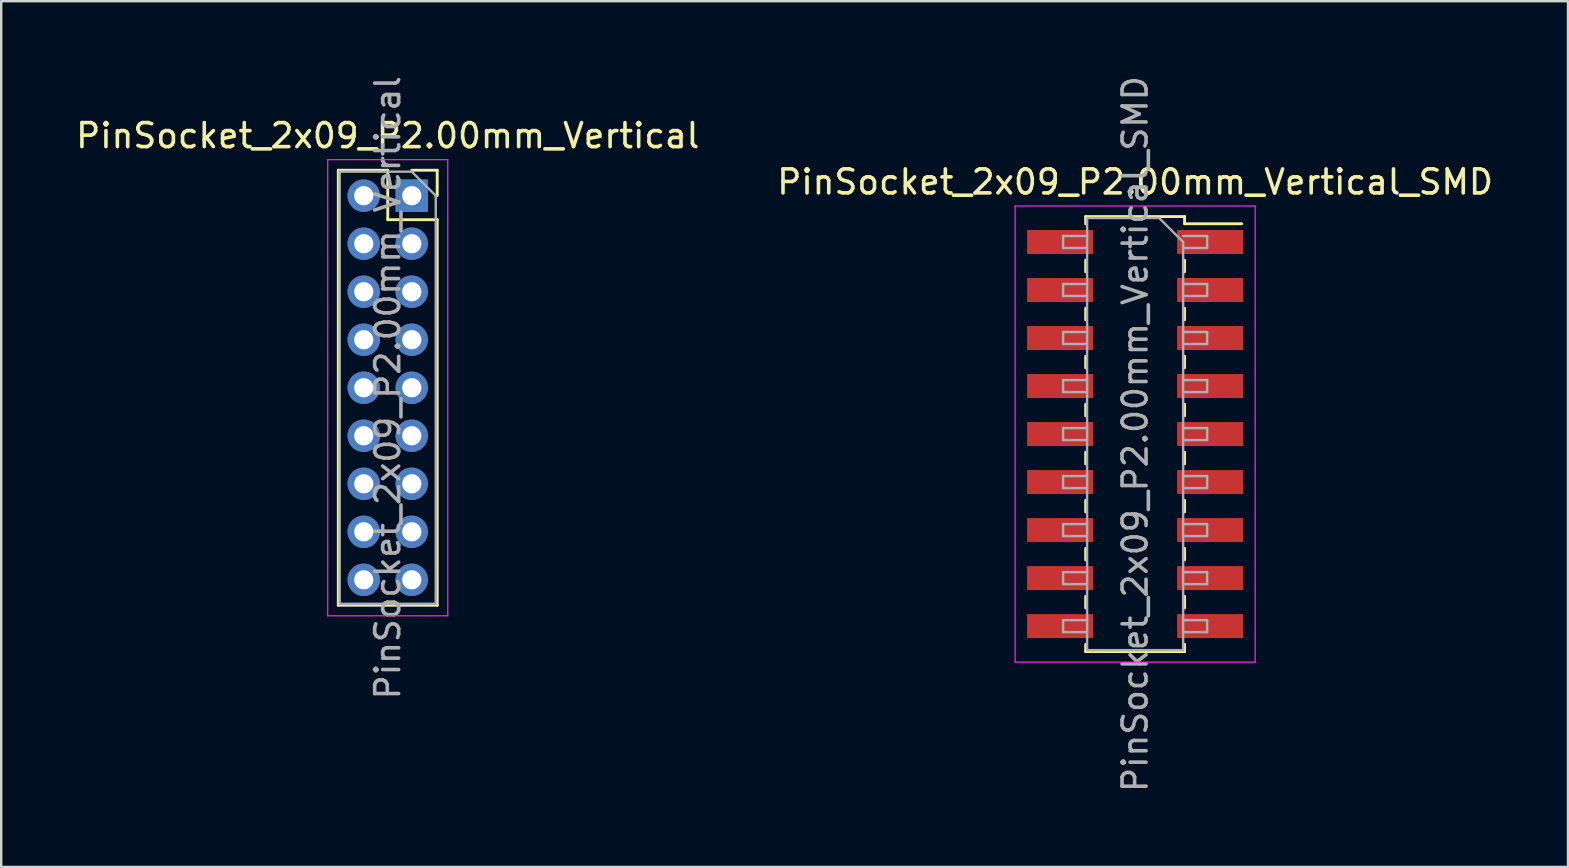
<source format=kicad_pcb>
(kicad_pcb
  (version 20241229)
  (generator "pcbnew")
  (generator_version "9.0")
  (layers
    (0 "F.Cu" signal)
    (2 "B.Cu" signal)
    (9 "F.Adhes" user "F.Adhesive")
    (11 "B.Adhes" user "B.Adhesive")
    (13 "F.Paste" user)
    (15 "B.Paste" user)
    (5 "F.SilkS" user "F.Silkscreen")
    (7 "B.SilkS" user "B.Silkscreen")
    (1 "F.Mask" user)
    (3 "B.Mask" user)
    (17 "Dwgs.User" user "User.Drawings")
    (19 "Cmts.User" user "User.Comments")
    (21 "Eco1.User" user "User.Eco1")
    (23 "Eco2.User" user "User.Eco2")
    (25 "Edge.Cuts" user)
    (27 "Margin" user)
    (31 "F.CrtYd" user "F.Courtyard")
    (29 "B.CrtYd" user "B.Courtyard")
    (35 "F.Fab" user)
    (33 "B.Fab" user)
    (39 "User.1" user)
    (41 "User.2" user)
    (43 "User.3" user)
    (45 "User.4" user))
  (footprint "PinSocket_2x09_P2.00mm_Vertical_SMD"
    (layer "F.Cu")
    (at 44.232 15.03)
    (property "Reference" "PinSocket_2x09_P2.00mm_Vertical_SMD" (at 0 -10.5 0) (layer "F.SilkS") (effects (font (size 1 1) (thickness 0.15))))
    (attr smd)
    (fp_line (start -2.06 -9.06) (end -2.06 -8.76) (stroke (width 0.12) (type solid)) (layer "F.SilkS"))
    (fp_line (start -2.06 -9.06) (end 2.06 -9.06) (stroke (width 0.12) (type solid)) (layer "F.SilkS"))
    (fp_line (start -2.06 -7.24) (end -2.06 -6.76) (stroke (width 0.12) (type solid)) (layer "F.SilkS"))
    (fp_line (start -2.06 -5.24) (end -2.06 -4.76) (stroke (width 0.12) (type solid)) (layer "F.SilkS"))
    (fp_line (start -2.06 -3.24) (end -2.06 -2.76) (stroke (width 0.12) (type solid)) (layer "F.SilkS"))
    (fp_line (start -2.06 -1.24) (end -2.06 -0.76) (stroke (width 0.12) (type solid)) (layer "F.SilkS"))
    (fp_line (start -2.06 0.76) (end -2.06 1.24) (stroke (width 0.12) (type solid)) (layer "F.SilkS"))
    (fp_line (start -2.06 2.76) (end -2.06 3.24) (stroke (width 0.12) (type solid)) (layer "F.SilkS"))
    (fp_line (start -2.06 4.76) (end -2.06 5.24) (stroke (width 0.12) (type solid)) (layer "F.SilkS"))
    (fp_line (start -2.06 6.76) (end -2.06 7.24) (stroke (width 0.12) (type solid)) (layer "F.SilkS"))
    (fp_line (start -2.06 8.76) (end -2.06 9.06) (stroke (width 0.12) (type solid)) (layer "F.SilkS"))
    (fp_line (start -2.06 9.06) (end 2.06 9.06) (stroke (width 0.12) (type solid)) (layer "F.SilkS"))
    (fp_line (start 2.06 -9.06) (end 2.06 -8.76) (stroke (width 0.12) (type solid)) (layer "F.SilkS"))
    (fp_line (start 2.06 -8.76) (end 4.44 -8.76) (stroke (width 0.12) (type solid)) (layer "F.SilkS"))
    (fp_line (start 2.06 -7.24) (end 2.06 -6.76) (stroke (width 0.12) (type solid)) (layer "F.SilkS"))
    (fp_line (start 2.06 -5.24) (end 2.06 -4.76) (stroke (width 0.12) (type solid)) (layer "F.SilkS"))
    (fp_line (start 2.06 -3.24) (end 2.06 -2.76) (stroke (width 0.12) (type solid)) (layer "F.SilkS"))
    (fp_line (start 2.06 -1.24) (end 2.06 -0.76) (stroke (width 0.12) (type solid)) (layer "F.SilkS"))
    (fp_line (start 2.06 0.76) (end 2.06 1.24) (stroke (width 0.12) (type solid)) (layer "F.SilkS"))
    (fp_line (start 2.06 2.76) (end 2.06 3.24) (stroke (width 0.12) (type solid)) (layer "F.SilkS"))
    (fp_line (start 2.06 4.76) (end 2.06 5.24) (stroke (width 0.12) (type solid)) (layer "F.SilkS"))
    (fp_line (start 2.06 6.76) (end 2.06 7.24) (stroke (width 0.12) (type solid)) (layer "F.SilkS"))
    (fp_line (start 2.06 8.76) (end 2.06 9.06) (stroke (width 0.12) (type solid)) (layer "F.SilkS"))
    (fp_line (start -5 -9.5) (end 5 -9.5) (stroke (width 0.05) (type solid)) (layer "F.CrtYd"))
    (fp_line (start -5 9.5) (end -5 -9.5) (stroke (width 0.05) (type solid)) (layer "F.CrtYd"))
    (fp_line (start 5 -9.5) (end 5 9.5) (stroke (width 0.05) (type solid)) (layer "F.CrtYd"))
    (fp_line (start 5 9.5) (end -5 9.5) (stroke (width 0.05) (type solid)) (layer "F.CrtYd"))
    (fp_line (start -3 -8.25) (end -2 -8.25) (stroke (width 0.1) (type solid)) (layer "F.Fab"))
    (fp_line (start -3 -7.75) (end -3 -8.25) (stroke (width 0.1) (type solid)) (layer "F.Fab"))
    (fp_line (start -3 -6.25) (end -2 -6.25) (stroke (width 0.1) (type solid)) (layer "F.Fab"))
    (fp_line (start -3 -5.75) (end -3 -6.25) (stroke (width 0.1) (type solid)) (layer "F.Fab"))
    (fp_line (start -3 -4.25) (end -2 -4.25) (stroke (width 0.1) (type solid)) (layer "F.Fab"))
    (fp_line (start -3 -3.75) (end -3 -4.25) (stroke (width 0.1) (type solid)) (layer "F.Fab"))
    (fp_line (start -3 -2.25) (end -2 -2.25) (stroke (width 0.1) (type solid)) (layer "F.Fab"))
    (fp_line (start -3 -1.75) (end -3 -2.25) (stroke (width 0.1) (type solid)) (layer "F.Fab"))
    (fp_line (start -3 -0.25) (end -2 -0.25) (stroke (width 0.1) (type solid)) (layer "F.Fab"))
    (fp_line (start -3 0.25) (end -3 -0.25) (stroke (width 0.1) (type solid)) (layer "F.Fab"))
    (fp_line (start -3 1.75) (end -2 1.75) (stroke (width 0.1) (type solid)) (layer "F.Fab"))
    (fp_line (start -3 2.25) (end -3 1.75) (stroke (width 0.1) (type solid)) (layer "F.Fab"))
    (fp_line (start -3 3.75) (end -2 3.75) (stroke (width 0.1) (type solid)) (layer "F.Fab"))
    (fp_line (start -3 4.25) (end -3 3.75) (stroke (width 0.1) (type solid)) (layer "F.Fab"))
    (fp_line (start -3 5.75) (end -2 5.75) (stroke (width 0.1) (type solid)) (layer "F.Fab"))
    (fp_line (start -3 6.25) (end -3 5.75) (stroke (width 0.1) (type solid)) (layer "F.Fab"))
    (fp_line (start -3 7.75) (end -2 7.75) (stroke (width 0.1) (type solid)) (layer "F.Fab"))
    (fp_line (start -3 8.25) (end -3 7.75) (stroke (width 0.1) (type solid)) (layer "F.Fab"))
    (fp_line (start -2 -9) (end 1 -9) (stroke (width 0.1) (type solid)) (layer "F.Fab"))
    (fp_line (start -2 -7.75) (end -3 -7.75) (stroke (width 0.1) (type solid)) (layer "F.Fab"))
    (fp_line (start -2 -5.75) (end -3 -5.75) (stroke (width 0.1) (type solid)) (layer "F.Fab"))
    (fp_line (start -2 -3.75) (end -3 -3.75) (stroke (width 0.1) (type solid)) (layer "F.Fab"))
    (fp_line (start -2 -1.75) (end -3 -1.75) (stroke (width 0.1) (type solid)) (layer "F.Fab"))
    (fp_line (start -2 0.25) (end -3 0.25) (stroke (width 0.1) (type solid)) (layer "F.Fab"))
    (fp_line (start -2 2.25) (end -3 2.25) (stroke (width 0.1) (type solid)) (layer "F.Fab"))
    (fp_line (start -2 4.25) (end -3 4.25) (stroke (width 0.1) (type solid)) (layer "F.Fab"))
    (fp_line (start -2 6.25) (end -3 6.25) (stroke (width 0.1) (type solid)) (layer "F.Fab"))
    (fp_line (start -2 8.25) (end -3 8.25) (stroke (width 0.1) (type solid)) (layer "F.Fab"))
    (fp_line (start -2 9) (end -2 -9) (stroke (width 0.1) (type solid)) (layer "F.Fab"))
    (fp_line (start 1 -9) (end 2 -8) (stroke (width 0.1) (type solid)) (layer "F.Fab"))
    (fp_line (start 2 -8.25) (end 3 -8.25) (stroke (width 0.1) (type solid)) (layer "F.Fab"))
    (fp_line (start 2 -8) (end 2 9) (stroke (width 0.1) (type solid)) (layer "F.Fab"))
    (fp_line (start 2 -6.25) (end 3 -6.25) (stroke (width 0.1) (type solid)) (layer "F.Fab"))
    (fp_line (start 2 -4.25) (end 3 -4.25) (stroke (width 0.1) (type solid)) (layer "F.Fab"))
    (fp_line (start 2 -2.25) (end 3 -2.25) (stroke (width 0.1) (type solid)) (layer "F.Fab"))
    (fp_line (start 2 -0.25) (end 3 -0.25) (stroke (width 0.1) (type solid)) (layer "F.Fab"))
    (fp_line (start 2 1.75) (end 3 1.75) (stroke (width 0.1) (type solid)) (layer "F.Fab"))
    (fp_line (start 2 3.75) (end 3 3.75) (stroke (width 0.1) (type solid)) (layer "F.Fab"))
    (fp_line (start 2 5.75) (end 3 5.75) (stroke (width 0.1) (type solid)) (layer "F.Fab"))
    (fp_line (start 2 7.75) (end 3 7.75) (stroke (width 0.1) (type solid)) (layer "F.Fab"))
    (fp_line (start 2 9) (end -2 9) (stroke (width 0.1) (type solid)) (layer "F.Fab"))
    (fp_line (start 3 -8.25) (end 3 -7.75) (stroke (width 0.1) (type solid)) (layer "F.Fab"))
    (fp_line (start 3 -7.75) (end 2 -7.75) (stroke (width 0.1) (type solid)) (layer "F.Fab"))
    (fp_line (start 3 -6.25) (end 3 -5.75) (stroke (width 0.1) (type solid)) (layer "F.Fab"))
    (fp_line (start 3 -5.75) (end 2 -5.75) (stroke (width 0.1) (type solid)) (layer "F.Fab"))
    (fp_line (start 3 -4.25) (end 3 -3.75) (stroke (width 0.1) (type solid)) (layer "F.Fab"))
    (fp_line (start 3 -3.75) (end 2 -3.75) (stroke (width 0.1) (type solid)) (layer "F.Fab"))
    (fp_line (start 3 -2.25) (end 3 -1.75) (stroke (width 0.1) (type solid)) (layer "F.Fab"))
    (fp_line (start 3 -1.75) (end 2 -1.75) (stroke (width 0.1) (type solid)) (layer "F.Fab"))
    (fp_line (start 3 -0.25) (end 3 0.25) (stroke (width 0.1) (type solid)) (layer "F.Fab"))
    (fp_line (start 3 0.25) (end 2 0.25) (stroke (width 0.1) (type solid)) (layer "F.Fab"))
    (fp_line (start 3 1.75) (end 3 2.25) (stroke (width 0.1) (type solid)) (layer "F.Fab"))
    (fp_line (start 3 2.25) (end 2 2.25) (stroke (width 0.1) (type solid)) (layer "F.Fab"))
    (fp_line (start 3 3.75) (end 3 4.25) (stroke (width 0.1) (type solid)) (layer "F.Fab"))
    (fp_line (start 3 4.25) (end 2 4.25) (stroke (width 0.1) (type solid)) (layer "F.Fab"))
    (fp_line (start 3 5.75) (end 3 6.25) (stroke (width 0.1) (type solid)) (layer "F.Fab"))
    (fp_line (start 3 6.25) (end 2 6.25) (stroke (width 0.1) (type solid)) (layer "F.Fab"))
    (fp_line (start 3 7.75) (end 3 8.25) (stroke (width 0.1) (type solid)) (layer "F.Fab"))
    (fp_line (start 3 8.25) (end 2 8.25) (stroke (width 0.1) (type solid)) (layer "F.Fab"))
    (fp_text user "${REFERENCE}" (at 0 0 90) (layer "F.Fab") (effects (font (size 1 1) (thickness 0.15))))
    (pad "1" smd rect (at 3.125 -8) (size 2.75 1) (layers "F.Cu" "F.Mask" "F.Paste"))
    (pad "2" smd rect (at -3.125 -8) (size 2.75 1) (layers "F.Cu" "F.Mask" "F.Paste"))
    (pad "3" smd rect (at 3.125 -6) (size 2.75 1) (layers "F.Cu" "F.Mask" "F.Paste"))
    (pad "4" smd rect (at -3.125 -6) (size 2.75 1) (layers "F.Cu" "F.Mask" "F.Paste"))
    (pad "5" smd rect (at 3.125 -4) (size 2.75 1) (layers "F.Cu" "F.Mask" "F.Paste"))
    (pad "6" smd rect (at -3.125 -4) (size 2.75 1) (layers "F.Cu" "F.Mask" "F.Paste"))
    (pad "7" smd rect (at 3.125 -2) (size 2.75 1) (layers "F.Cu" "F.Mask" "F.Paste"))
    (pad "8" smd rect (at -3.125 -2) (size 2.75 1) (layers "F.Cu" "F.Mask" "F.Paste"))
    (pad "9" smd rect (at 3.125 0) (size 2.75 1) (layers "F.Cu" "F.Mask" "F.Paste"))
    (pad "10" smd rect (at -3.125 0) (size 2.75 1) (layers "F.Cu" "F.Mask" "F.Paste"))
    (pad "11" smd rect (at 3.125 2) (size 2.75 1) (layers "F.Cu" "F.Mask" "F.Paste"))
    (pad "12" smd rect (at -3.125 2) (size 2.75 1) (layers "F.Cu" "F.Mask" "F.Paste"))
    (pad "13" smd rect (at 3.125 4) (size 2.75 1) (layers "F.Cu" "F.Mask" "F.Paste"))
    (pad "14" smd rect (at -3.125 4) (size 2.75 1) (layers "F.Cu" "F.Mask" "F.Paste"))
    (pad "15" smd rect (at 3.125 6) (size 2.75 1) (layers "F.Cu" "F.Mask" "F.Paste"))
    (pad "16" smd rect (at -3.125 6) (size 2.75 1) (layers "F.Cu" "F.Mask" "F.Paste"))
    (pad "17" smd rect (at 3.125 8) (size 2.75 1) (layers "F.Cu" "F.Mask" "F.Paste"))
    (pad "18" smd rect (at -3.125 8) (size 2.75 1) (layers "F.Cu" "F.Mask" "F.Paste")))
  (footprint "PinSocket_2x09_P2.00mm_Vertical"
    (layer "F.Cu")
    (at 14.101 5.101)
    (property "Reference" "PinSocket_2x09_P2.00mm_Vertical" (at -1 -2.5 0) (layer "F.SilkS") (effects (font (size 1 1) (thickness 0.15))))
    (attr through_hole)
    (fp_line (start -3.06 -1.06) (end -3.06 17.06) (stroke (width 0.12) (type solid)) (layer "F.SilkS"))
    (fp_line (start -3.06 -1.06) (end -1 -1.06) (stroke (width 0.12) (type solid)) (layer "F.SilkS"))
    (fp_line (start -3.06 17.06) (end 1.06 17.06) (stroke (width 0.12) (type solid)) (layer "F.SilkS"))
    (fp_line (start -1 -1.06) (end -1 1) (stroke (width 0.12) (type solid)) (layer "F.SilkS"))
    (fp_line (start -1 1) (end 1.06 1) (stroke (width 0.12) (type solid)) (layer "F.SilkS"))
    (fp_line (start 0 -1.06) (end 1.06 -1.06) (stroke (width 0.12) (type solid)) (layer "F.SilkS"))
    (fp_line (start 1.06 -1.06) (end 1.06 0) (stroke (width 0.12) (type solid)) (layer "F.SilkS"))
    (fp_line (start 1.06 1) (end 1.06 17.06) (stroke (width 0.12) (type solid)) (layer "F.SilkS"))
    (fp_line (start -3.5 -1.5) (end 1.5 -1.5) (stroke (width 0.05) (type solid)) (layer "F.CrtYd"))
    (fp_line (start -3.5 17.5) (end -3.5 -1.5) (stroke (width 0.05) (type solid)) (layer "F.CrtYd"))
    (fp_line (start 1.5 -1.5) (end 1.5 17.5) (stroke (width 0.05) (type solid)) (layer "F.CrtYd"))
    (fp_line (start 1.5 17.5) (end -3.5 17.5) (stroke (width 0.05) (type solid)) (layer "F.CrtYd"))
    (fp_line (start -3 -1) (end 0 -1) (stroke (width 0.1) (type solid)) (layer "F.Fab"))
    (fp_line (start -3 17) (end -3 -1) (stroke (width 0.1) (type solid)) (layer "F.Fab"))
    (fp_line (start 0 -1) (end 1 0) (stroke (width 0.1) (type solid)) (layer "F.Fab"))
    (fp_line (start 1 0) (end 1 17) (stroke (width 0.1) (type solid)) (layer "F.Fab"))
    (fp_line (start 1 17) (end -3 17) (stroke (width 0.1) (type solid)) (layer "F.Fab"))
    (fp_text user "${REFERENCE}" (at -1 8 90) (layer "F.Fab") (effects (font (size 1 1) (thickness 0.15))))
    (pad "1" thru_hole rect (at 0 0) (size 1.35 1.35) (drill 0.8) (layers "*.Cu" "*.Mask"))
    (pad "2" thru_hole oval (at -2 0) (size 1.35 1.35) (drill 0.8) (layers "*.Cu" "*.Mask"))
    (pad "3" thru_hole oval (at 0 2) (size 1.35 1.35) (drill 0.8) (layers "*.Cu" "*.Mask"))
    (pad "4" thru_hole oval (at -2 2) (size 1.35 1.35) (drill 0.8) (layers "*.Cu" "*.Mask"))
    (pad "5" thru_hole oval (at 0 4) (size 1.35 1.35) (drill 0.8) (layers "*.Cu" "*.Mask"))
    (pad "6" thru_hole oval (at -2 4) (size 1.35 1.35) (drill 0.8) (layers "*.Cu" "*.Mask"))
    (pad "7" thru_hole oval (at 0 6) (size 1.35 1.35) (drill 0.8) (layers "*.Cu" "*.Mask"))
    (pad "8" thru_hole oval (at -2 6) (size 1.35 1.35) (drill 0.8) (layers "*.Cu" "*.Mask"))
    (pad "9" thru_hole oval (at 0 8) (size 1.35 1.35) (drill 0.8) (layers "*.Cu" "*.Mask"))
    (pad "10" thru_hole oval (at -2 8) (size 1.35 1.35) (drill 0.8) (layers "*.Cu" "*.Mask"))
    (pad "11" thru_hole oval (at 0 10) (size 1.35 1.35) (drill 0.8) (layers "*.Cu" "*.Mask"))
    (pad "12" thru_hole oval (at -2 10) (size 1.35 1.35) (drill 0.8) (layers "*.Cu" "*.Mask"))
    (pad "13" thru_hole oval (at 0 12) (size 1.35 1.35) (drill 0.8) (layers "*.Cu" "*.Mask"))
    (pad "14" thru_hole oval (at -2 12) (size 1.35 1.35) (drill 0.8) (layers "*.Cu" "*.Mask"))
    (pad "15" thru_hole oval (at 0 14) (size 1.35 1.35) (drill 0.8) (layers "*.Cu" "*.Mask"))
    (pad "16" thru_hole oval (at -2 14) (size 1.35 1.35) (drill 0.8) (layers "*.Cu" "*.Mask"))
    (pad "17" thru_hole oval (at 0 16) (size 1.35 1.35) (drill 0.8) (layers "*.Cu" "*.Mask"))
    (pad "18" thru_hole oval (at -2 16) (size 1.35 1.35) (drill 0.8) (layers "*.Cu" "*.Mask")))
  (gr_rect
    (start -3 -3)
    (end 62.262 33.06)
    (stroke (width 0.1) (type default))
    (fill no)
    (layer "Edge.Cuts")))
</source>
